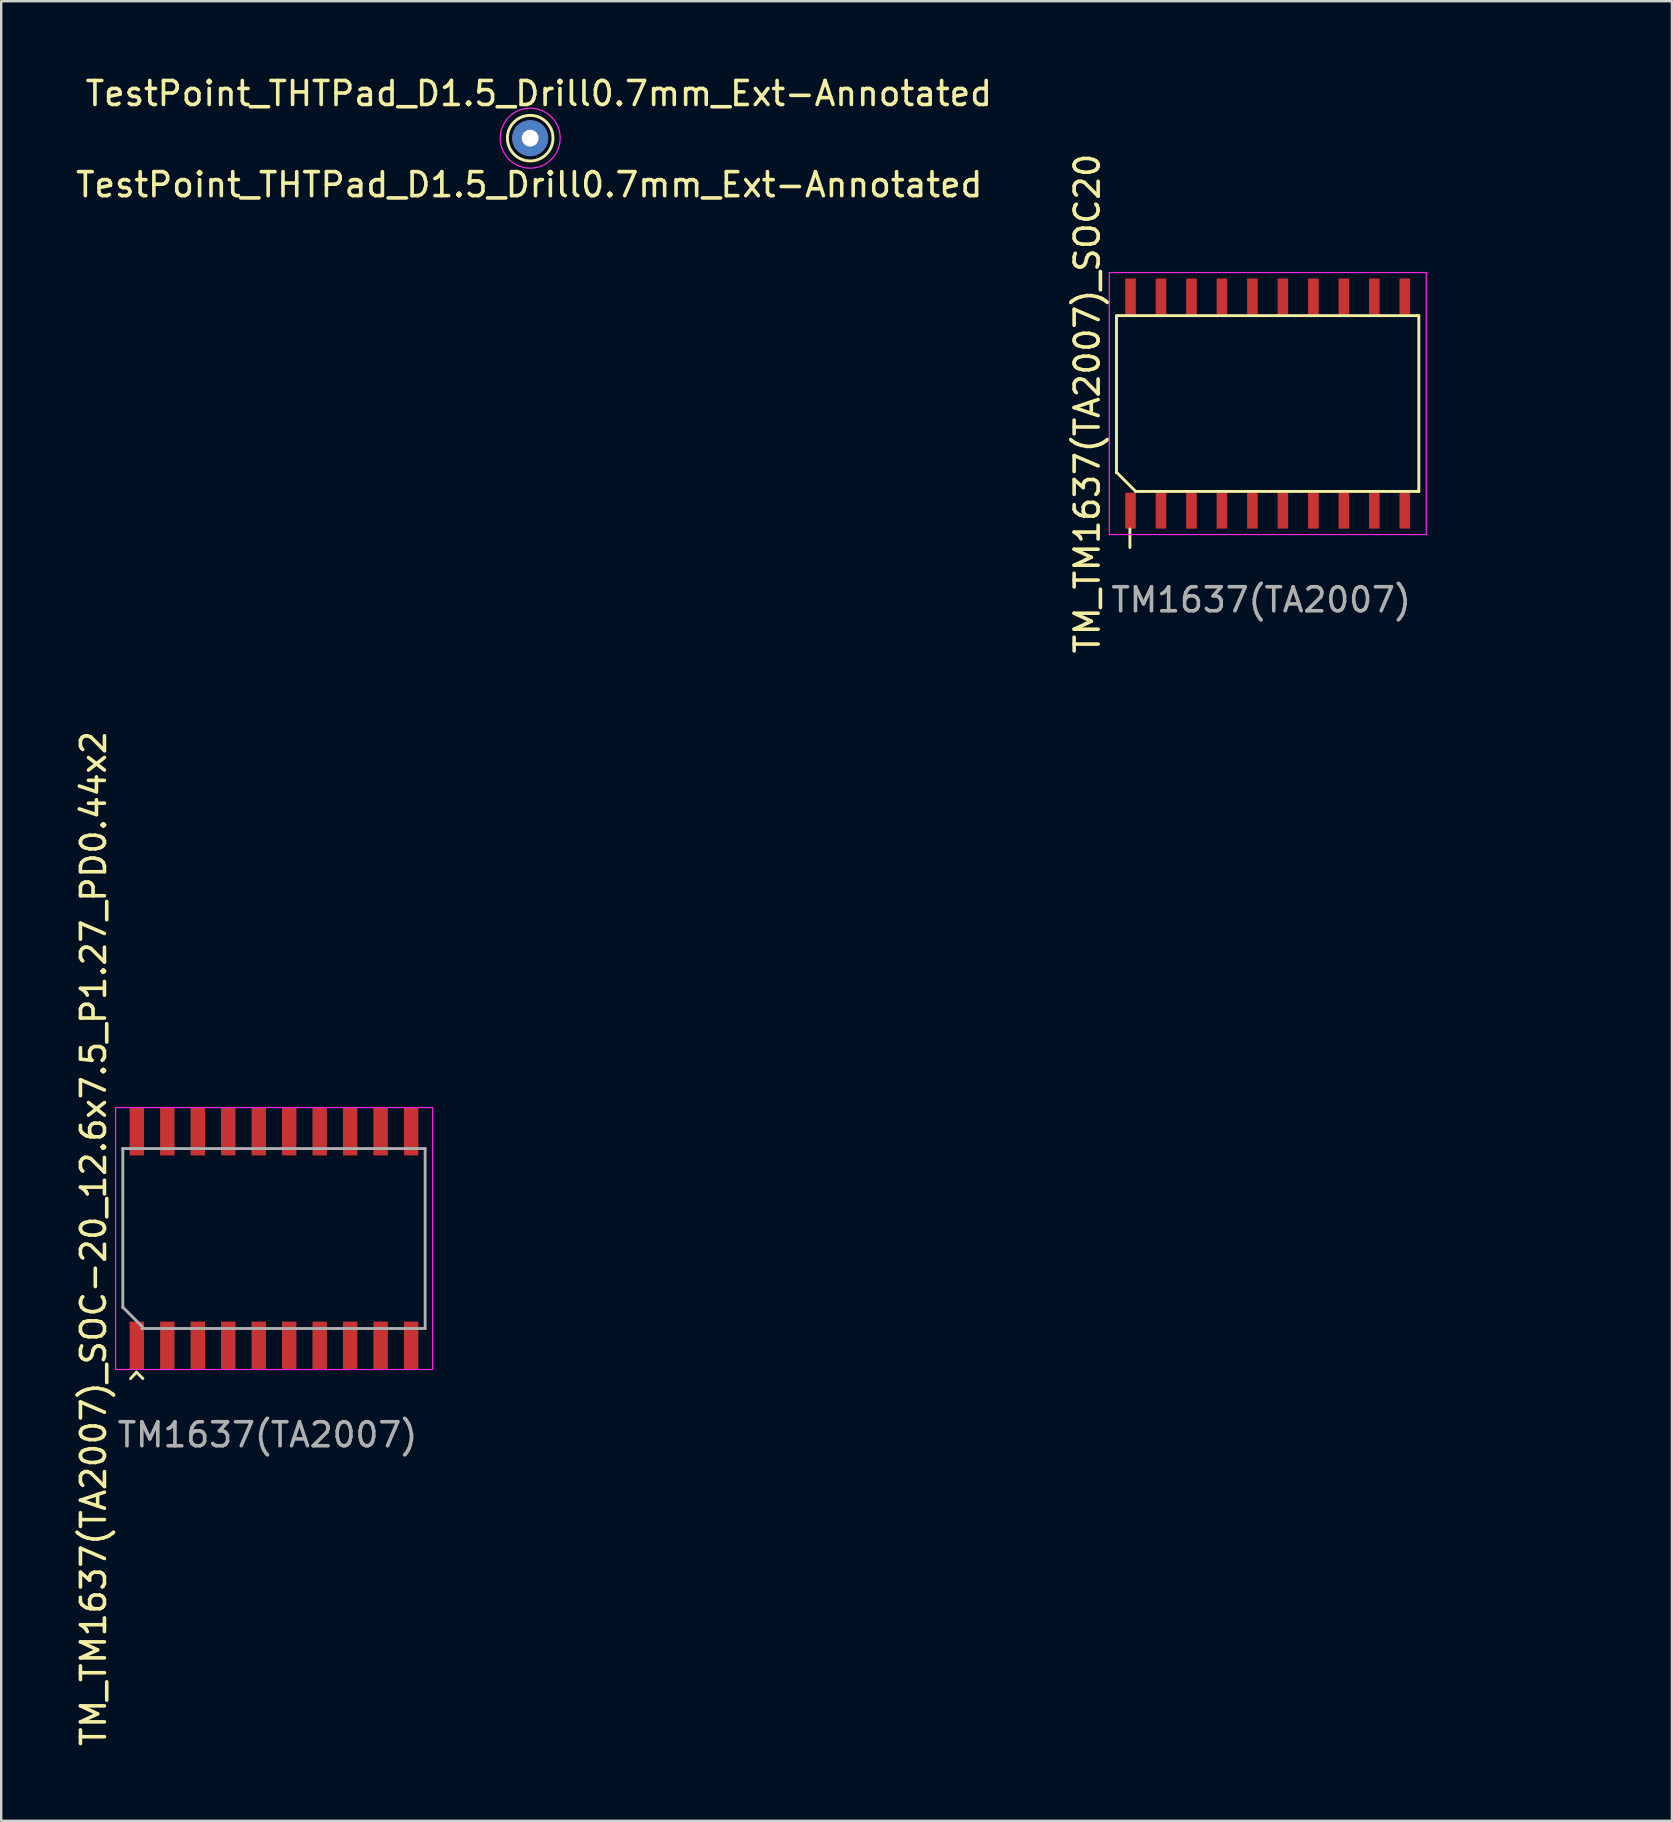
<source format=kicad_pcb>
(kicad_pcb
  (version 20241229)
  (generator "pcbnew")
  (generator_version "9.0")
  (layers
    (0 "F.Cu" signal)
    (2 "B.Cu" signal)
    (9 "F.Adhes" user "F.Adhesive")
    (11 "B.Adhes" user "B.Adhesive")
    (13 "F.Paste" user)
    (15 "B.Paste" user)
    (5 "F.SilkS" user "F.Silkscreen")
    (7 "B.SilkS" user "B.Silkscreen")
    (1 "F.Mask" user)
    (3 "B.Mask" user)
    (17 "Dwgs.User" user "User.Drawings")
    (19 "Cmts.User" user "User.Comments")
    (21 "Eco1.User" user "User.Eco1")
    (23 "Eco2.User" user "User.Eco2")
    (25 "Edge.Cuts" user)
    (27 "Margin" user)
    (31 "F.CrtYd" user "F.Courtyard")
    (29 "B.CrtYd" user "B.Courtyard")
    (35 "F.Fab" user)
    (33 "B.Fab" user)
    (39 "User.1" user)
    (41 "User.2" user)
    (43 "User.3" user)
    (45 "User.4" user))
  (footprint "TM_TM1637(TA2007)_SOC20"
    (layer "F.Cu")
    (at 49.78 13.768)
    (property "Reference" "TM_TM1637(TA2007)_SOC20" (at -7.52 0 90) (layer "F.SilkS") (effects (font (size 1 1) (thickness 0.15))))
    (attr smd)
    (fp_line (start -6.3 -3.663) (end 6.3 -3.663) (stroke (width 0.12) (type default)) (layer "F.SilkS"))
    (fp_line (start -6.3 2.882) (end -6.3 -3.643) (stroke (width 0.12) (type default)) (layer "F.SilkS"))
    (fp_line (start -5.74 5.23) (end -5.74 6) (stroke (width 0.12) (type default)) (layer "F.SilkS"))
    (fp_line (start -5.5 3.663) (end -6.3 2.862) (stroke (width 0.12) (type default)) (layer "F.SilkS"))
    (fp_line (start 6.3 -3.663) (end 6.3 3.663) (stroke (width 0.12) (type default)) (layer "F.SilkS"))
    (fp_line (start 6.3 3.663) (end -5.5 3.663) (stroke (width 0.12) (type default)) (layer "F.SilkS"))
    (fp_line (start -6.6 -5.46) (end 6.61 -5.46) (stroke (width 0.05) (type default)) (layer "F.CrtYd"))
    (fp_line (start -6.6 5.46) (end -6.6 -5.46) (stroke (width 0.05) (type default)) (layer "F.CrtYd"))
    (fp_line (start 6.61 -5.46) (end 6.61 5.44) (stroke (width 0.05) (type default)) (layer "F.CrtYd"))
    (fp_line (start 6.61 5.46) (end -6.6 5.46) (stroke (width 0.05) (type default)) (layer "F.CrtYd"))
    (fp_text user "TM1637(TA2007)" (at -0.27 8.18 0) (layer "F.Fab") (effects (font (size 1 1) (thickness 0.15))))
    (dimension (type aligned) (layer "User.3") (pts (xy 56.08 10.106) (xy 43.48 10.106)) (height 8.107) (format (prefix "") (suffix "") (units 3) (units_format 1) (precision 4)) (style (thickness 0.12) (arrow_length 1.27) (text_position_mode 0) (arrow_direction outward) (extension_height 0.586) (extension_offset 0.5) (keep_text_aligned yes)) (gr_text "12.6000 mm" (at 49.78 0.848 0) (layer "User.3") (effects (font (size 1 1) (thickness 0.15)))))
    (dimension (type aligned) (layer "User.3") (pts (xy 55.495 9.306) (xy 55.495 18.231)) (height -4.825) (format (prefix "") (suffix "") (units 3) (units_format 1) (precision 4)) (style (thickness 0.12) (arrow_length 1.27) (text_position_mode 0) (arrow_direction outward) (extension_height 0.586) (extension_offset 0.5) (keep_text_aligned yes)) (gr_text "8.9250 mm" (at 59.17 13.768 90) (layer "User.3") (effects (font (size 1 1) (thickness 0.15)))))
    (dimension (type aligned) (layer "User.3") (pts (xy 55.715 10.056) (xy 43.845 10.056)) (height 4.737) (format (prefix "") (suffix "") (units 3) (units_format 1) (precision 4)) (style (thickness 0.12) (arrow_length 1.27) (text_position_mode 0) (arrow_direction outward) (extension_height 0.586) (extension_offset 0.5) (keep_text_aligned yes)) (gr_text "11.8700 mm" (at 49.78 4.168 0) (layer "User.3") (effects (font (size 1 1) (thickness 0.15)))))
    (dimension (type aligned) (layer "User.3") (pts (xy 52.955 9.306) (xy 51.685 9.306)) (height 2.187) (format (prefix "") (suffix "") (units 3) (units_format 1) (precision 4)) (style (thickness 0.12) (arrow_length 1.27) (text_position_mode 0) (arrow_direction outward) (extension_height 0.586) (extension_offset 0.5) (keep_text_aligned yes)) (gr_text "1.2700 mm" (at 52.32 5.968 0) (layer "User.3") (effects (font (size 1 1) (thickness 0.15)))))
    (pad "1" smd rect (at -5.715 4.463) (size 0.44 1.5) (layers "F.Cu" "F.Mask" "F.Paste"))
    (pad "2" smd rect (at -4.445 4.463) (size 0.44 1.5) (layers "F.Cu" "F.Mask" "F.Paste"))
    (pad "3" smd rect (at -3.175 4.463) (size 0.44 1.5) (layers "F.Cu" "F.Mask" "F.Paste"))
    (pad "4" smd rect (at -1.905 4.463) (size 0.44 1.5) (layers "F.Cu" "F.Mask" "F.Paste"))
    (pad "5" smd rect (at -0.635 4.463) (size 0.44 1.5) (layers "F.Cu" "F.Mask" "F.Paste"))
    (pad "6" smd rect (at 0.635 4.463) (size 0.44 1.5) (layers "F.Cu" "F.Mask" "F.Paste"))
    (pad "7" smd rect (at 1.905 4.463) (size 0.44 1.5) (layers "F.Cu" "F.Mask" "F.Paste"))
    (pad "8" smd rect (at 3.175 4.463) (size 0.44 1.5) (layers "F.Cu" "F.Mask" "F.Paste"))
    (pad "9" smd rect (at 4.445 4.463) (size 0.44 1.5) (layers "F.Cu" "F.Mask" "F.Paste"))
    (pad "10" smd rect (at 5.715 4.463) (size 0.44 1.5) (layers "F.Cu" "F.Mask" "F.Paste"))
    (pad "11" smd rect (at 5.715 -4.463) (size 0.44 1.5) (layers "F.Cu" "F.Mask" "F.Paste"))
    (pad "12" smd rect (at 4.445 -4.463) (size 0.44 1.5) (layers "F.Cu" "F.Mask" "F.Paste"))
    (pad "13" smd rect (at 3.175 -4.463) (size 0.44 1.5) (layers "F.Cu" "F.Mask" "F.Paste"))
    (pad "14" smd rect (at 1.905 -4.463) (size 0.44 1.5) (layers "F.Cu" "F.Mask" "F.Paste"))
    (pad "15" smd rect (at 0.635 -4.463) (size 0.44 1.5) (layers "F.Cu" "F.Mask" "F.Paste"))
    (pad "16" smd rect (at -0.635 -4.463) (size 0.44 1.5) (layers "F.Cu" "F.Mask" "F.Paste"))
    (pad "17" smd rect (at -1.905 -4.463) (size 0.44 1.5) (layers "F.Cu" "F.Mask" "F.Paste"))
    (pad "18" smd rect (at -3.175 -4.463) (size 0.44 1.5) (layers "F.Cu" "F.Mask" "F.Paste"))
    (pad "19" smd rect (at -4.445 -4.463) (size 0.44 1.5) (layers "F.Cu" "F.Mask" "F.Paste"))
    (pad "20" smd rect (at -5.715 -4.463) (size 0.44 1.5) (layers "F.Cu" "F.Mask" "F.Paste")))
  (footprint "TM_TM1637(TA2007)_SOC-20_12.6x7.5_P1.27_PD0.44x2"
    (layer "F.Cu")
    (at 8.368 48.566)
    (property "Reference" "TM_TM1637(TA2007)_SOC-20_12.6x7.5_P1.27_PD0.44x2" (at -7.52 0 90) (layer "F.SilkS") (effects (font (size 1 1) (thickness 0.15))))
    (attr smd)
    (fp_line (start -5.73 5.57) (end -5.98 5.84) (stroke (width 0.12) (type default)) (layer "F.SilkS"))
    (fp_line (start -5.73 5.57) (end -5.465 5.835) (stroke (width 0.12) (type default)) (layer "F.SilkS"))
    (fp_line (start -6.6 -5.46) (end 6.61 -5.46) (stroke (width 0.05) (type default)) (layer "F.CrtYd"))
    (fp_line (start -6.6 5.46) (end -6.6 -5.46) (stroke (width 0.05) (type default)) (layer "F.CrtYd"))
    (fp_line (start 6.61 -5.46) (end 6.61 5.46) (stroke (width 0.05) (type default)) (layer "F.CrtYd"))
    (fp_line (start 6.61 5.46) (end -6.6 5.46) (stroke (width 0.05) (type default)) (layer "F.CrtYd"))
    (fp_line (start -6.3 -3.75) (end 6.3 -3.75) (stroke (width 0.12) (type default)) (layer "F.Fab"))
    (fp_line (start -6.3 2.882) (end -6.3 -3.75) (stroke (width 0.12) (type default)) (layer "F.Fab"))
    (fp_line (start -5.5 3.663) (end -6.3 2.862) (stroke (width 0.12) (type default)) (layer "F.Fab"))
    (fp_line (start 6.3 -3.75) (end 6.3 3.75) (stroke (width 0.12) (type default)) (layer "F.Fab"))
    (fp_line (start 6.3 3.75) (end -5.5 3.75) (stroke (width 0.12) (type default)) (layer "F.Fab"))
    (fp_text user "TM1637(TA2007)" (at -0.27 8.18 0) (layer "F.Fab") (effects (font (size 1 1) (thickness 0.15))))
    (pad "1" smd rect (at -5.715 4.463) (size 0.6 2) (layers "F.Cu" "F.Mask" "F.Paste"))
    (pad "2" smd rect (at -4.445 4.463) (size 0.6 2) (layers "F.Cu" "F.Mask" "F.Paste"))
    (pad "3" smd rect (at -3.175 4.463) (size 0.6 2) (layers "F.Cu" "F.Mask" "F.Paste"))
    (pad "4" smd rect (at -1.905 4.463) (size 0.6 2) (layers "F.Cu" "F.Mask" "F.Paste"))
    (pad "5" smd rect (at -0.635 4.463) (size 0.6 2) (layers "F.Cu" "F.Mask" "F.Paste"))
    (pad "6" smd rect (at 0.635 4.463) (size 0.6 2) (layers "F.Cu" "F.Mask" "F.Paste"))
    (pad "7" smd rect (at 1.905 4.463) (size 0.6 2) (layers "F.Cu" "F.Mask" "F.Paste"))
    (pad "8" smd rect (at 3.175 4.463) (size 0.6 2) (layers "F.Cu" "F.Mask" "F.Paste"))
    (pad "9" smd rect (at 4.445 4.463) (size 0.6 2) (layers "F.Cu" "F.Mask" "F.Paste"))
    (pad "10" smd rect (at 5.715 4.463) (size 0.6 2) (layers "F.Cu" "F.Mask" "F.Paste"))
    (pad "11" smd rect (at 5.715 -4.463) (size 0.6 2) (layers "F.Cu" "F.Mask" "F.Paste"))
    (pad "12" smd rect (at 4.445 -4.463) (size 0.6 2) (layers "F.Cu" "F.Mask" "F.Paste"))
    (pad "13" smd rect (at 3.175 -4.463) (size 0.6 2) (layers "F.Cu" "F.Mask" "F.Paste"))
    (pad "14" smd rect (at 1.905 -4.463) (size 0.6 2) (layers "F.Cu" "F.Mask" "F.Paste"))
    (pad "15" smd rect (at 0.635 -4.463) (size 0.6 2) (layers "F.Cu" "F.Mask" "F.Paste"))
    (pad "16" smd rect (at -0.635 -4.463) (size 0.6 2) (layers "F.Cu" "F.Mask" "F.Paste"))
    (pad "17" smd rect (at -1.905 -4.463) (size 0.6 2) (layers "F.Cu" "F.Mask" "F.Paste"))
    (pad "18" smd rect (at -3.175 -4.463) (size 0.6 2) (layers "F.Cu" "F.Mask" "F.Paste"))
    (pad "19" smd rect (at -4.445 -4.463) (size 0.6 2) (layers "F.Cu" "F.Mask" "F.Paste"))
    (pad "20" smd rect (at -5.715 -4.463) (size 0.6 2) (layers "F.Cu" "F.Mask" "F.Paste")))
  (footprint "TestPoint_THTPad_D1.5_Drill0.7mm_Ext-Annotated"
    (layer "F.Cu")
    (at 19.056 2.698)
    (property "Reference" "TestPoint_THTPad_D1.5_Drill0.7mm_Ext-Annotated" (at 0.35 -1.85 0) (unlocked yes) (layer "F.SilkS") (effects (font (size 1 1) (thickness 0.15))))
    (property "Value" "TestPoint_THTPad_D1.5_Drill0.7mm_Ext-Annotated" (at 0 1 0) (unlocked yes) (layer "F.Fab") (hide yes) (effects (font (size 1 1) (thickness 0.15))))
    (attr through_hole)
    (fp_circle (center -0.01 0.01) (end -0.01 0.96) (stroke (width 0.12) (type solid)) (fill no) (layer "F.SilkS"))
    (fp_circle (center -0.01 0.01) (end 1.24 0.01) (stroke (width 0.05) (type solid)) (fill no) (layer "F.CrtYd"))
    (fp_text user "${VALUE}" (at -0.05 1.95 0) (layer "F.SilkS") (effects (font (size 1 1) (thickness 0.15))))
    (pad "1" thru_hole circle (at -0.01 0.01) (size 1.5 1.5) (drill 0.7) (layers "*.Cu" "*.Mask")))
  (gr_rect
    (start -3 -3)
    (end 66.628 72.834)
    (stroke (width 0.1) (type default))
    (fill no)
    (layer "Edge.Cuts")))
</source>
